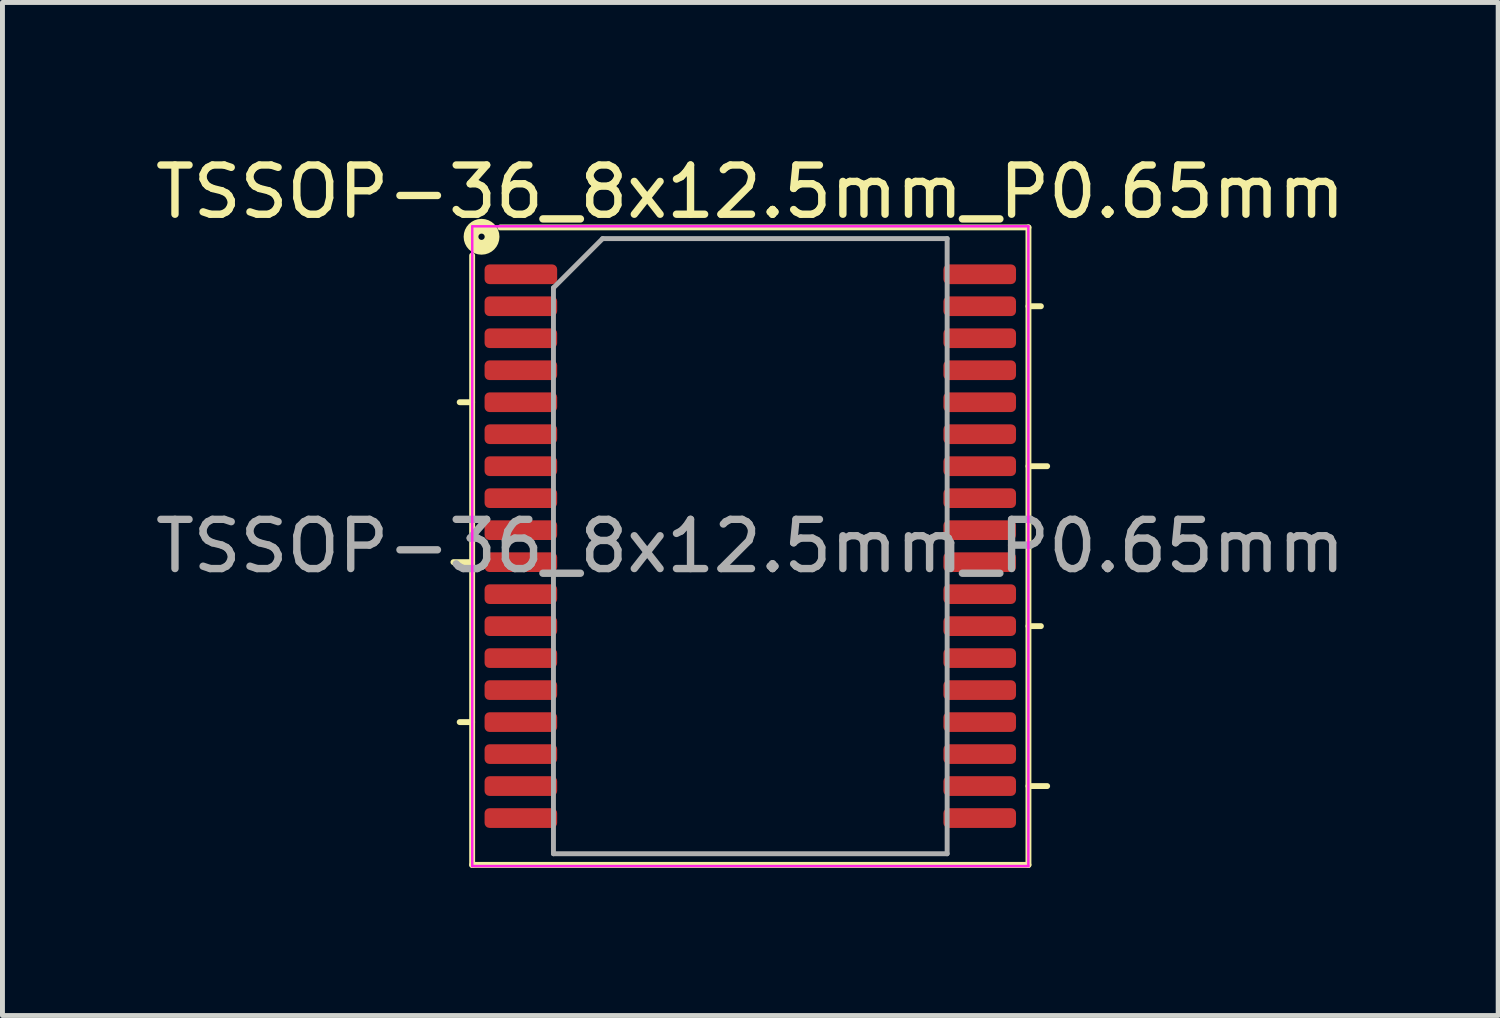
<source format=kicad_pcb>
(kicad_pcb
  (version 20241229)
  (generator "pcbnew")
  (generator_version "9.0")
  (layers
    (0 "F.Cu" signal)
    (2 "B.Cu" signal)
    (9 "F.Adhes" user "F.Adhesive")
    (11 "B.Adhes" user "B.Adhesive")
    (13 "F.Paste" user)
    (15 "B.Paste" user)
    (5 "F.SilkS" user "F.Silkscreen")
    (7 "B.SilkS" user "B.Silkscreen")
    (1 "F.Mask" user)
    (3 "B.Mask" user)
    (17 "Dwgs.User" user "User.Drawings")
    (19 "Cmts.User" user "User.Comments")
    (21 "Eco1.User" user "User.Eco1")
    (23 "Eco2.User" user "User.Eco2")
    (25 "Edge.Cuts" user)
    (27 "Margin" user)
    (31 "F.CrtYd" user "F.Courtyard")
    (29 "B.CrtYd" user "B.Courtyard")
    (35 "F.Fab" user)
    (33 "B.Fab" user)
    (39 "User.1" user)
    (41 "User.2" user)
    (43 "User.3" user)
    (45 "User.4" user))
  (footprint "TSSOP-36_8x12.5mm_P0.65mm"
    (layer "F.Cu")
    (at 12.196 8.048)
    (property "Reference" "TSSOP-36_8x12.5mm_P0.65mm" (at 0 -7.2 0) (layer "F.SilkS") (effects (font (size 1 1) (thickness 0.15))))
    (attr smd)
    (fp_line (start -5.652 -5.905) (end -5.652 6.477) (stroke (width 0.12) (type solid)) (layer "F.SilkS"))
    (fp_line (start -5.652 -2.925) (end -5.905 -2.925) (stroke (width 0.12) (type solid)) (layer "F.SilkS"))
    (fp_line (start -5.652 0.325) (end -6.032 0.325) (stroke (width 0.12) (type solid)) (layer "F.SilkS"))
    (fp_line (start -5.652 3.575) (end -5.905 3.575) (stroke (width 0.12) (type solid)) (layer "F.SilkS"))
    (fp_line (start -5.652 6.477) (end 5.652 6.477) (stroke (width 0.12) (type solid)) (layer "F.SilkS"))
    (fp_line (start 5.652 -6.477) (end -5.08 -6.477) (stroke (width 0.12) (type solid)) (layer "F.SilkS"))
    (fp_line (start 5.652 -4.875) (end 5.905 -4.875) (stroke (width 0.12) (type solid)) (layer "F.SilkS"))
    (fp_line (start 5.652 -1.625) (end 6.032 -1.625) (stroke (width 0.12) (type solid)) (layer "F.SilkS"))
    (fp_line (start 5.652 1.625) (end 5.905 1.625) (stroke (width 0.12) (type solid)) (layer "F.SilkS"))
    (fp_line (start 5.652 4.875) (end 6.032 4.875) (stroke (width 0.12) (type solid)) (layer "F.SilkS"))
    (fp_line (start 5.652 6.477) (end 5.652 -6.477) (stroke (width 0.12) (type solid)) (layer "F.SilkS"))
    (fp_circle (center -5.461 -6.287) (end -5.397 -6.287) (stroke (width 0.3) (type solid)) (fill no) (layer "F.SilkS"))
    (fp_line (start -5.65 -6.5) (end -5.65 6.5) (stroke (width 0.05) (type solid)) (layer "F.CrtYd"))
    (fp_line (start -5.65 6.5) (end 5.65 6.5) (stroke (width 0.05) (type solid)) (layer "F.CrtYd"))
    (fp_line (start 5.65 -6.5) (end -5.65 -6.5) (stroke (width 0.05) (type solid)) (layer "F.CrtYd"))
    (fp_line (start 5.65 6.5) (end 5.65 -6.5) (stroke (width 0.05) (type solid)) (layer "F.CrtYd"))
    (fp_line (start -4 -5.25) (end -3 -6.25) (stroke (width 0.1) (type solid)) (layer "F.Fab"))
    (fp_line (start -4 6.25) (end -4 -5.25) (stroke (width 0.1) (type solid)) (layer "F.Fab"))
    (fp_line (start -3 -6.25) (end 4 -6.25) (stroke (width 0.1) (type solid)) (layer "F.Fab"))
    (fp_line (start 4 -6.25) (end 4 6.25) (stroke (width 0.1) (type solid)) (layer "F.Fab"))
    (fp_line (start 4 6.25) (end -4 6.25) (stroke (width 0.1) (type solid)) (layer "F.Fab"))
    (fp_text user "${REFERENCE}" (at 0 0 0) (layer "F.Fab") (effects (font (size 1 1) (thickness 0.15))))
    (pad "1" smd roundrect (at -4.662 -5.525) (size 1.475 0.4) (layers "F.Cu" "F.Mask" "F.Paste") (roundrect_rratio 0.25))
    (pad "2" smd roundrect (at -4.662 -4.875) (size 1.475 0.4) (layers "F.Cu" "F.Mask" "F.Paste") (roundrect_rratio 0.25))
    (pad "3" smd roundrect (at -4.662 -4.225) (size 1.475 0.4) (layers "F.Cu" "F.Mask" "F.Paste") (roundrect_rratio 0.25))
    (pad "4" smd roundrect (at -4.662 -3.575) (size 1.475 0.4) (layers "F.Cu" "F.Mask" "F.Paste") (roundrect_rratio 0.25))
    (pad "5" smd roundrect (at -4.662 -2.925) (size 1.475 0.4) (layers "F.Cu" "F.Mask" "F.Paste") (roundrect_rratio 0.25))
    (pad "6" smd roundrect (at -4.662 -2.275) (size 1.475 0.4) (layers "F.Cu" "F.Mask" "F.Paste") (roundrect_rratio 0.25))
    (pad "7" smd roundrect (at -4.662 -1.625) (size 1.475 0.4) (layers "F.Cu" "F.Mask" "F.Paste") (roundrect_rratio 0.25))
    (pad "8" smd roundrect (at -4.662 -0.975) (size 1.475 0.4) (layers "F.Cu" "F.Mask" "F.Paste") (roundrect_rratio 0.25))
    (pad "9" smd roundrect (at -4.662 -0.325) (size 1.475 0.4) (layers "F.Cu" "F.Mask" "F.Paste") (roundrect_rratio 0.25))
    (pad "10" smd roundrect (at -4.662 0.325) (size 1.475 0.4) (layers "F.Cu" "F.Mask" "F.Paste") (roundrect_rratio 0.25))
    (pad "11" smd roundrect (at -4.662 0.975) (size 1.475 0.4) (layers "F.Cu" "F.Mask" "F.Paste") (roundrect_rratio 0.25))
    (pad "12" smd roundrect (at -4.662 1.625) (size 1.475 0.4) (layers "F.Cu" "F.Mask" "F.Paste") (roundrect_rratio 0.25))
    (pad "13" smd roundrect (at -4.662 2.275) (size 1.475 0.4) (layers "F.Cu" "F.Mask" "F.Paste") (roundrect_rratio 0.25))
    (pad "14" smd roundrect (at -4.662 2.925) (size 1.475 0.4) (layers "F.Cu" "F.Mask" "F.Paste") (roundrect_rratio 0.25))
    (pad "15" smd roundrect (at -4.662 3.575) (size 1.475 0.4) (layers "F.Cu" "F.Mask" "F.Paste") (roundrect_rratio 0.25))
    (pad "16" smd roundrect (at -4.662 4.225) (size 1.475 0.4) (layers "F.Cu" "F.Mask" "F.Paste") (roundrect_rratio 0.25))
    (pad "17" smd roundrect (at -4.662 4.875) (size 1.475 0.4) (layers "F.Cu" "F.Mask" "F.Paste") (roundrect_rratio 0.25))
    (pad "18" smd roundrect (at -4.662 5.525) (size 1.475 0.4) (layers "F.Cu" "F.Mask" "F.Paste") (roundrect_rratio 0.25))
    (pad "19" smd roundrect (at 4.662 5.525) (size 1.475 0.4) (layers "F.Cu" "F.Mask" "F.Paste") (roundrect_rratio 0.25))
    (pad "20" smd roundrect (at 4.662 4.875) (size 1.475 0.4) (layers "F.Cu" "F.Mask" "F.Paste") (roundrect_rratio 0.25))
    (pad "21" smd roundrect (at 4.662 4.225) (size 1.475 0.4) (layers "F.Cu" "F.Mask" "F.Paste") (roundrect_rratio 0.25))
    (pad "22" smd roundrect (at 4.662 3.575) (size 1.475 0.4) (layers "F.Cu" "F.Mask" "F.Paste") (roundrect_rratio 0.25))
    (pad "23" smd roundrect (at 4.662 2.925) (size 1.475 0.4) (layers "F.Cu" "F.Mask" "F.Paste") (roundrect_rratio 0.25))
    (pad "24" smd roundrect (at 4.662 2.275) (size 1.475 0.4) (layers "F.Cu" "F.Mask" "F.Paste") (roundrect_rratio 0.25))
    (pad "25" smd roundrect (at 4.662 1.625) (size 1.475 0.4) (layers "F.Cu" "F.Mask" "F.Paste") (roundrect_rratio 0.25))
    (pad "26" smd roundrect (at 4.662 0.975) (size 1.475 0.4) (layers "F.Cu" "F.Mask" "F.Paste") (roundrect_rratio 0.25))
    (pad "27" smd roundrect (at 4.662 0.325) (size 1.475 0.4) (layers "F.Cu" "F.Mask" "F.Paste") (roundrect_rratio 0.25))
    (pad "28" smd roundrect (at 4.662 -0.325) (size 1.475 0.4) (layers "F.Cu" "F.Mask" "F.Paste") (roundrect_rratio 0.25))
    (pad "29" smd roundrect (at 4.662 -0.975) (size 1.475 0.4) (layers "F.Cu" "F.Mask" "F.Paste") (roundrect_rratio 0.25))
    (pad "30" smd roundrect (at 4.662 -1.625) (size 1.475 0.4) (layers "F.Cu" "F.Mask" "F.Paste") (roundrect_rratio 0.25))
    (pad "31" smd roundrect (at 4.662 -2.275) (size 1.475 0.4) (layers "F.Cu" "F.Mask" "F.Paste") (roundrect_rratio 0.25))
    (pad "32" smd roundrect (at 4.662 -2.925) (size 1.475 0.4) (layers "F.Cu" "F.Mask" "F.Paste") (roundrect_rratio 0.25))
    (pad "33" smd roundrect (at 4.662 -3.575) (size 1.475 0.4) (layers "F.Cu" "F.Mask" "F.Paste") (roundrect_rratio 0.25))
    (pad "34" smd roundrect (at 4.662 -4.225) (size 1.475 0.4) (layers "F.Cu" "F.Mask" "F.Paste") (roundrect_rratio 0.25))
    (pad "35" smd roundrect (at 4.662 -4.875) (size 1.475 0.4) (layers "F.Cu" "F.Mask" "F.Paste") (roundrect_rratio 0.25))
    (pad "36" smd roundrect (at 4.662 -5.525) (size 1.475 0.4) (layers "F.Cu" "F.Mask" "F.Paste") (roundrect_rratio 0.25)))
  (gr_rect
    (start -3 -3)
    (end 27.393 17.585)
    (stroke (width 0.1) (type default))
    (fill no)
    (layer "Edge.Cuts")))
</source>
